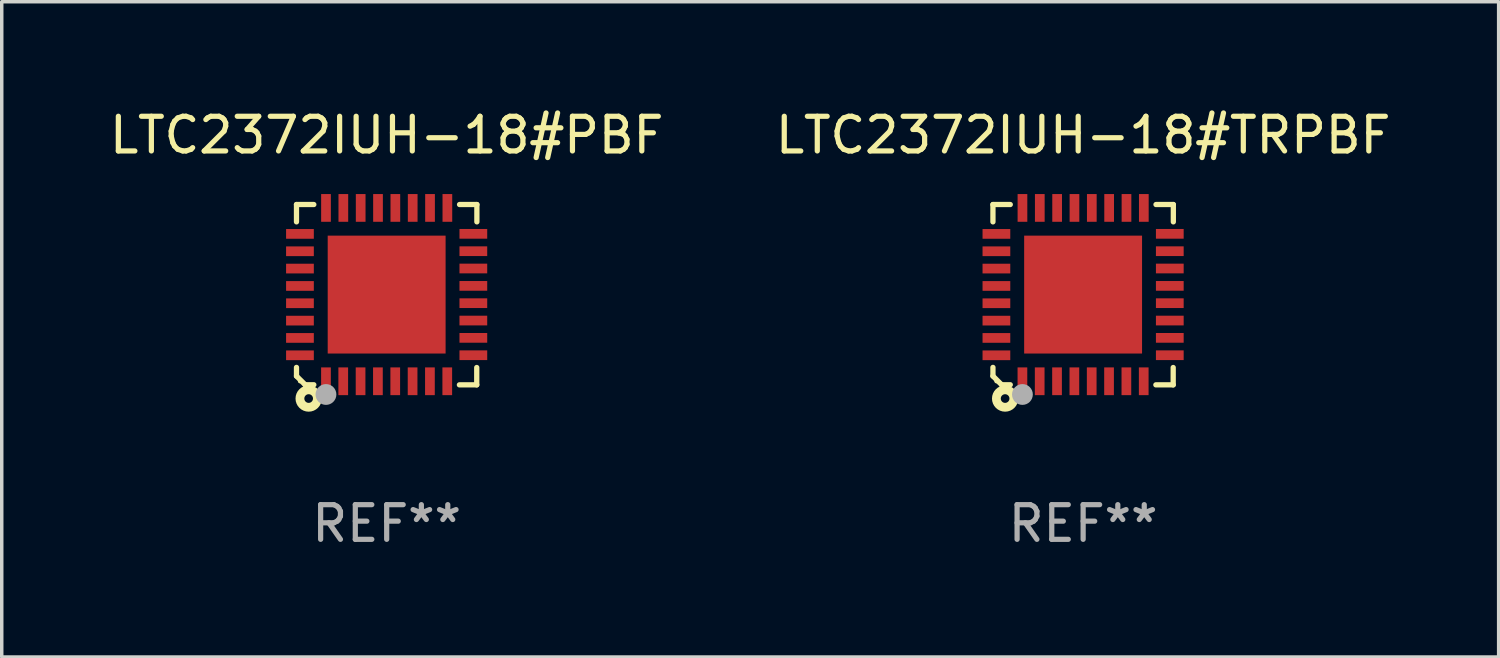
<source format=kicad_pcb>
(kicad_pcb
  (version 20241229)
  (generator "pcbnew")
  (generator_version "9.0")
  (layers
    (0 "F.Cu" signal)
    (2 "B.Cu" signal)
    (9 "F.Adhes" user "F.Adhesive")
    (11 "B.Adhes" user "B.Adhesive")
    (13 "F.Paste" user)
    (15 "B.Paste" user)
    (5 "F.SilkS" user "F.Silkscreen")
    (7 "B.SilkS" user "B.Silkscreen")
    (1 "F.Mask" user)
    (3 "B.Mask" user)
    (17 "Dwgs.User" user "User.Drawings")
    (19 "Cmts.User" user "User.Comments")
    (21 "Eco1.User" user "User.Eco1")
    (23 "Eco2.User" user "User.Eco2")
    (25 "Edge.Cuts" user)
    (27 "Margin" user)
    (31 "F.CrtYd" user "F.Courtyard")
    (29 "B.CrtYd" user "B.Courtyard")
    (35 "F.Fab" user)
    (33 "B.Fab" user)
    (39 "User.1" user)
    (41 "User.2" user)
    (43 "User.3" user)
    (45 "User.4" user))
  (footprint "LTC2372IUH-18#PBF"
    (layer "F.Cu")
    (at 8.101 5.448)
    (property "Reference" "LTC2372IUH-18#PBF" (at 0 -4.6 0) (layer "F.SilkS") (effects (font (size 1 1) (thickness 0.15))))
    (attr through_hole)
    (fp_line (start -2.601 2.097) (end -2.601 2.347) (stroke (width 0.152) (type solid)) (layer "F.SilkS"))
    (fp_line (start -2.601 2.347) (end -2.351 2.597) (stroke (width 0.152) (type solid)) (layer "F.SilkS"))
    (fp_line (start -2.601 -2.6) (end -2.601 -2.1) (stroke (width 0.152) (type solid)) (layer "F.SilkS"))
    (fp_line (start -2.601 -2.6) (end -2.101 -2.6) (stroke (width 0.152) (type solid)) (layer "F.SilkS"))
    (fp_line (start -2.351 2.597) (end -2.101 2.597) (stroke (width 0.152) (type solid)) (layer "F.SilkS"))
    (fp_line (start 2.597 2.6) (end 2.097 2.6) (stroke (width 0.152) (type solid)) (layer "F.SilkS"))
    (fp_line (start 2.597 2.6) (end 2.597 2.1) (stroke (width 0.152) (type solid)) (layer "F.SilkS"))
    (fp_line (start 2.601 -2.6) (end 2.101 -2.6) (stroke (width 0.152) (type solid)) (layer "F.SilkS"))
    (fp_line (start 2.601 -2.6) (end 2.601 -2.1) (stroke (width 0.152) (type solid)) (layer "F.SilkS"))
    (fp_circle (center -2.501 2.497) (end -2.471 2.497) (stroke (width 0.06) (type solid)) (fill no) (layer "F.SilkS"))
    (fp_circle (center -2.25 2.995) (end -2.125 2.995) (stroke (width 0.254) (type solid)) (fill no) (layer "F.SilkS"))
    (fp_circle (center -1.751 2.878) (end -1.601 2.878) (stroke (width 0.3) (type solid)) (fill no) (layer "F.Fab"))
    (fp_text user "REF**" (at 0 6.6 0) (layer "F.Fab") (effects (font (size 1 1) (thickness 0.15))))
    (pad "1" smd rect (at -1.751 2.497) (size 0.28 0.8) (layers "F.Cu" "F.Mask" "F.Paste"))
    (pad "2" smd rect (at -1.253 2.497) (size 0.28 0.8) (layers "F.Cu" "F.Mask" "F.Paste"))
    (pad "3" smd rect (at -0.753 2.497) (size 0.28 0.8) (layers "F.Cu" "F.Mask" "F.Paste"))
    (pad "4" smd rect (at -0.253 2.497) (size 0.28 0.8) (layers "F.Cu" "F.Mask" "F.Paste"))
    (pad "5" smd rect (at 0.247 2.497) (size 0.28 0.8) (layers "F.Cu" "F.Mask" "F.Paste"))
    (pad "6" smd rect (at 0.747 2.497) (size 0.28 0.8) (layers "F.Cu" "F.Mask" "F.Paste"))
    (pad "7" smd rect (at 1.247 2.497) (size 0.28 0.8) (layers "F.Cu" "F.Mask" "F.Paste"))
    (pad "8" smd rect (at 1.747 2.497) (size 0.28 0.8) (layers "F.Cu" "F.Mask" "F.Paste"))
    (pad "9" smd rect (at 2.499 1.746) (size 0.8 0.28) (layers "F.Cu" "F.Mask" "F.Paste"))
    (pad "10" smd rect (at 2.499 1.245) (size 0.8 0.28) (layers "F.Cu" "F.Mask" "F.Paste"))
    (pad "11" smd rect (at 2.499 0.746) (size 0.8 0.28) (layers "F.Cu" "F.Mask" "F.Paste"))
    (pad "12" smd rect (at 2.499 0.245) (size 0.8 0.28) (layers "F.Cu" "F.Mask" "F.Paste"))
    (pad "13" smd rect (at 2.499 -0.254) (size 0.8 0.28) (layers "F.Cu" "F.Mask" "F.Paste"))
    (pad "14" smd rect (at 2.499 -0.755) (size 0.8 0.28) (layers "F.Cu" "F.Mask" "F.Paste"))
    (pad "15" smd rect (at 2.499 -1.254) (size 0.8 0.28) (layers "F.Cu" "F.Mask" "F.Paste"))
    (pad "16" smd rect (at 2.499 -1.755) (size 0.8 0.28) (layers "F.Cu" "F.Mask" "F.Paste"))
    (pad "17" smd rect (at 1.75 -2.502) (size 0.28 0.8) (layers "F.Cu" "F.Mask" "F.Paste"))
    (pad "18" smd rect (at 1.25 -2.502) (size 0.28 0.8) (layers "F.Cu" "F.Mask" "F.Paste"))
    (pad "19" smd rect (at 0.75 -2.502) (size 0.28 0.8) (layers "F.Cu" "F.Mask" "F.Paste"))
    (pad "20" smd rect (at 0.25 -2.502) (size 0.28 0.8) (layers "F.Cu" "F.Mask" "F.Paste"))
    (pad "21" smd rect (at -0.25 -2.502) (size 0.28 0.8) (layers "F.Cu" "F.Mask" "F.Paste"))
    (pad "22" smd rect (at -0.75 -2.502) (size 0.28 0.8) (layers "F.Cu" "F.Mask" "F.Paste"))
    (pad "23" smd rect (at -1.25 -2.502) (size 0.28 0.8) (layers "F.Cu" "F.Mask" "F.Paste"))
    (pad "24" smd rect (at -1.75 -2.502) (size 0.28 0.8) (layers "F.Cu" "F.Mask" "F.Paste"))
    (pad "25" smd rect (at -2.501 -1.753) (size 0.8 0.28) (layers "F.Cu" "F.Mask" "F.Paste"))
    (pad "26" smd rect (at -2.501 -1.252) (size 0.8 0.28) (layers "F.Cu" "F.Mask" "F.Paste"))
    (pad "27" smd rect (at -2.501 -0.753) (size 0.8 0.28) (layers "F.Cu" "F.Mask" "F.Paste"))
    (pad "28" smd rect (at -2.501 -0.252) (size 0.8 0.28) (layers "F.Cu" "F.Mask" "F.Paste"))
    (pad "29" smd rect (at -2.501 0.247) (size 0.8 0.28) (layers "F.Cu" "F.Mask" "F.Paste"))
    (pad "30" smd rect (at -2.501 0.748) (size 0.8 0.28) (layers "F.Cu" "F.Mask" "F.Paste"))
    (pad "31" smd rect (at -2.501 1.247) (size 0.8 0.28) (layers "F.Cu" "F.Mask" "F.Paste"))
    (pad "32" smd rect (at -2.501 1.748) (size 0.8 0.28) (layers "F.Cu" "F.Mask" "F.Paste"))
    (pad "33" smd rect (at -0.001 -0.003 180) (size 3.4 3.4) (layers "F.Cu" "F.Mask" "F.Paste")))
  (footprint "LTC2372IUH-18#TRPBF"
    (layer "F.Cu")
    (at 28.185 5.448)
    (property "Reference" "LTC2372IUH-18#TRPBF" (at 0 -4.6 0) (layer "F.SilkS") (effects (font (size 1 1) (thickness 0.15))))
    (attr through_hole)
    (fp_line (start -2.601 2.097) (end -2.601 2.347) (stroke (width 0.152) (type solid)) (layer "F.SilkS"))
    (fp_line (start -2.601 2.347) (end -2.351 2.597) (stroke (width 0.152) (type solid)) (layer "F.SilkS"))
    (fp_line (start -2.601 -2.6) (end -2.601 -2.1) (stroke (width 0.152) (type solid)) (layer "F.SilkS"))
    (fp_line (start -2.601 -2.6) (end -2.101 -2.6) (stroke (width 0.152) (type solid)) (layer "F.SilkS"))
    (fp_line (start -2.351 2.597) (end -2.101 2.597) (stroke (width 0.152) (type solid)) (layer "F.SilkS"))
    (fp_line (start 2.597 2.6) (end 2.097 2.6) (stroke (width 0.152) (type solid)) (layer "F.SilkS"))
    (fp_line (start 2.597 2.6) (end 2.597 2.1) (stroke (width 0.152) (type solid)) (layer "F.SilkS"))
    (fp_line (start 2.601 -2.6) (end 2.101 -2.6) (stroke (width 0.152) (type solid)) (layer "F.SilkS"))
    (fp_line (start 2.601 -2.6) (end 2.601 -2.1) (stroke (width 0.152) (type solid)) (layer "F.SilkS"))
    (fp_circle (center -2.501 2.497) (end -2.471 2.497) (stroke (width 0.06) (type solid)) (fill no) (layer "F.SilkS"))
    (fp_circle (center -2.25 2.995) (end -2.125 2.995) (stroke (width 0.254) (type solid)) (fill no) (layer "F.SilkS"))
    (fp_circle (center -1.751 2.878) (end -1.601 2.878) (stroke (width 0.3) (type solid)) (fill no) (layer "F.Fab"))
    (fp_text user "REF**" (at 0 6.6 0) (layer "F.Fab") (effects (font (size 1 1) (thickness 0.15))))
    (pad "1" smd rect (at -1.751 2.497) (size 0.28 0.8) (layers "F.Cu" "F.Mask" "F.Paste"))
    (pad "2" smd rect (at -1.253 2.497) (size 0.28 0.8) (layers "F.Cu" "F.Mask" "F.Paste"))
    (pad "3" smd rect (at -0.753 2.497) (size 0.28 0.8) (layers "F.Cu" "F.Mask" "F.Paste"))
    (pad "4" smd rect (at -0.253 2.497) (size 0.28 0.8) (layers "F.Cu" "F.Mask" "F.Paste"))
    (pad "5" smd rect (at 0.247 2.497) (size 0.28 0.8) (layers "F.Cu" "F.Mask" "F.Paste"))
    (pad "6" smd rect (at 0.747 2.497) (size 0.28 0.8) (layers "F.Cu" "F.Mask" "F.Paste"))
    (pad "7" smd rect (at 1.247 2.497) (size 0.28 0.8) (layers "F.Cu" "F.Mask" "F.Paste"))
    (pad "8" smd rect (at 1.747 2.497) (size 0.28 0.8) (layers "F.Cu" "F.Mask" "F.Paste"))
    (pad "9" smd rect (at 2.499 1.746) (size 0.8 0.28) (layers "F.Cu" "F.Mask" "F.Paste"))
    (pad "10" smd rect (at 2.499 1.245) (size 0.8 0.28) (layers "F.Cu" "F.Mask" "F.Paste"))
    (pad "11" smd rect (at 2.499 0.746) (size 0.8 0.28) (layers "F.Cu" "F.Mask" "F.Paste"))
    (pad "12" smd rect (at 2.499 0.245) (size 0.8 0.28) (layers "F.Cu" "F.Mask" "F.Paste"))
    (pad "13" smd rect (at 2.499 -0.254) (size 0.8 0.28) (layers "F.Cu" "F.Mask" "F.Paste"))
    (pad "14" smd rect (at 2.499 -0.755) (size 0.8 0.28) (layers "F.Cu" "F.Mask" "F.Paste"))
    (pad "15" smd rect (at 2.499 -1.254) (size 0.8 0.28) (layers "F.Cu" "F.Mask" "F.Paste"))
    (pad "16" smd rect (at 2.499 -1.755) (size 0.8 0.28) (layers "F.Cu" "F.Mask" "F.Paste"))
    (pad "17" smd rect (at 1.75 -2.502) (size 0.28 0.8) (layers "F.Cu" "F.Mask" "F.Paste"))
    (pad "18" smd rect (at 1.25 -2.502) (size 0.28 0.8) (layers "F.Cu" "F.Mask" "F.Paste"))
    (pad "19" smd rect (at 0.75 -2.502) (size 0.28 0.8) (layers "F.Cu" "F.Mask" "F.Paste"))
    (pad "20" smd rect (at 0.25 -2.502) (size 0.28 0.8) (layers "F.Cu" "F.Mask" "F.Paste"))
    (pad "21" smd rect (at -0.25 -2.502) (size 0.28 0.8) (layers "F.Cu" "F.Mask" "F.Paste"))
    (pad "22" smd rect (at -0.75 -2.502) (size 0.28 0.8) (layers "F.Cu" "F.Mask" "F.Paste"))
    (pad "23" smd rect (at -1.25 -2.502) (size 0.28 0.8) (layers "F.Cu" "F.Mask" "F.Paste"))
    (pad "24" smd rect (at -1.75 -2.502) (size 0.28 0.8) (layers "F.Cu" "F.Mask" "F.Paste"))
    (pad "25" smd rect (at -2.501 -1.753) (size 0.8 0.28) (layers "F.Cu" "F.Mask" "F.Paste"))
    (pad "26" smd rect (at -2.501 -1.252) (size 0.8 0.28) (layers "F.Cu" "F.Mask" "F.Paste"))
    (pad "27" smd rect (at -2.501 -0.753) (size 0.8 0.28) (layers "F.Cu" "F.Mask" "F.Paste"))
    (pad "28" smd rect (at -2.501 -0.252) (size 0.8 0.28) (layers "F.Cu" "F.Mask" "F.Paste"))
    (pad "29" smd rect (at -2.501 0.247) (size 0.8 0.28) (layers "F.Cu" "F.Mask" "F.Paste"))
    (pad "30" smd rect (at -2.501 0.748) (size 0.8 0.28) (layers "F.Cu" "F.Mask" "F.Paste"))
    (pad "31" smd rect (at -2.501 1.247) (size 0.8 0.28) (layers "F.Cu" "F.Mask" "F.Paste"))
    (pad "32" smd rect (at -2.501 1.748) (size 0.8 0.28) (layers "F.Cu" "F.Mask" "F.Paste"))
    (pad "33" smd rect (at -0.001 -0.003 180) (size 3.4 3.4) (layers "F.Cu" "F.Mask" "F.Paste")))
  (gr_rect
    (start -3 -3)
    (end 40.167 15.896)
    (stroke (width 0.1) (type default))
    (fill no)
    (layer "Edge.Cuts")))
</source>
